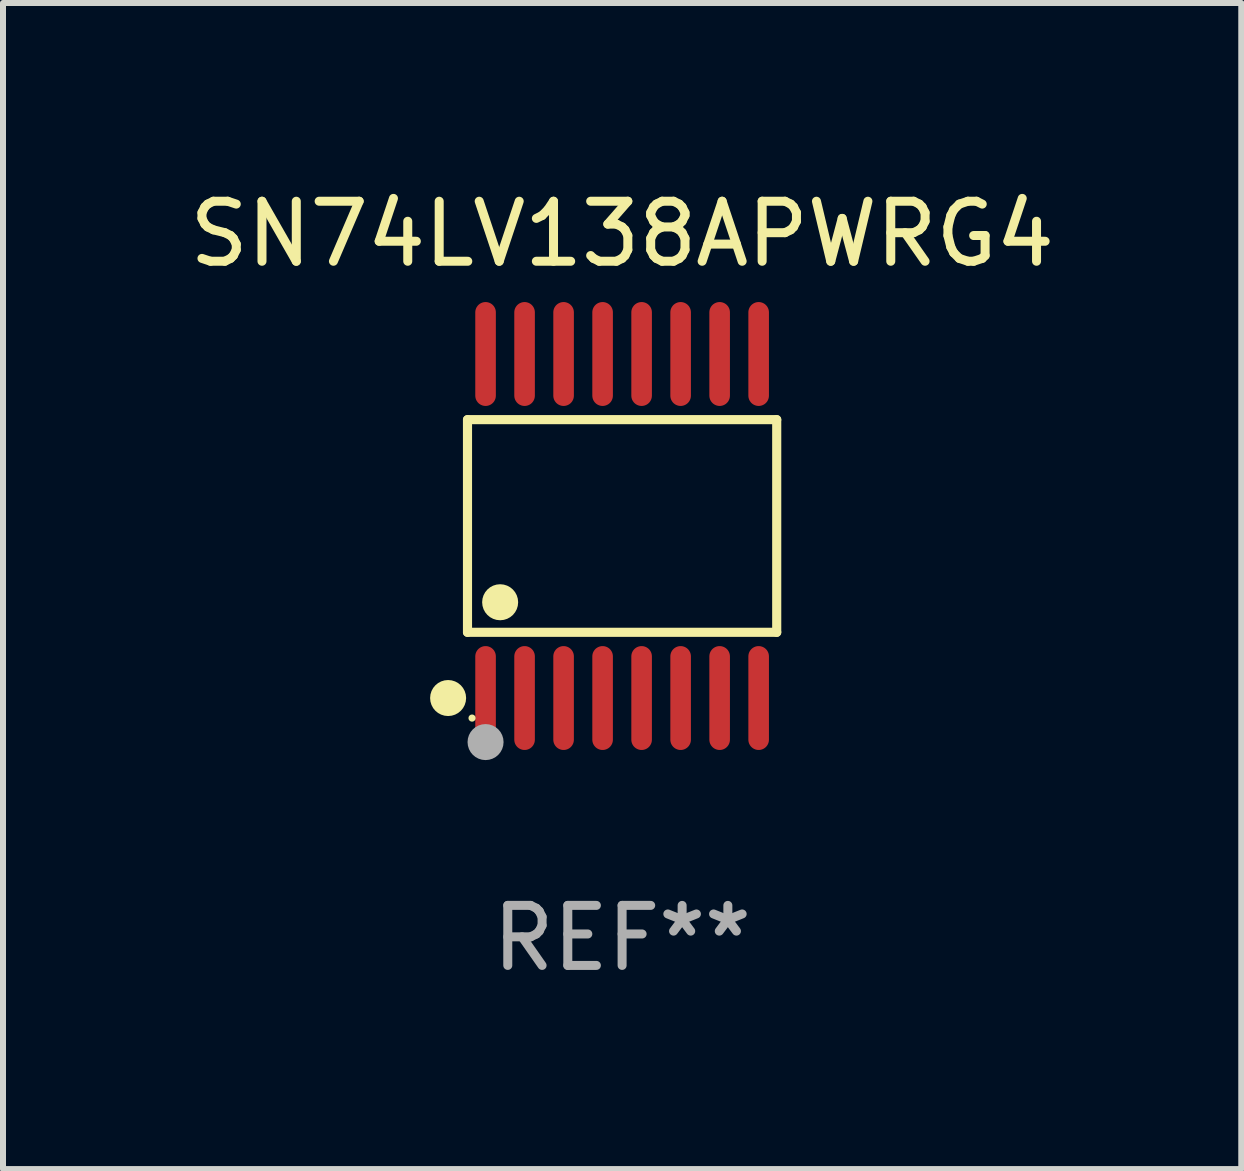
<source format=kicad_pcb>
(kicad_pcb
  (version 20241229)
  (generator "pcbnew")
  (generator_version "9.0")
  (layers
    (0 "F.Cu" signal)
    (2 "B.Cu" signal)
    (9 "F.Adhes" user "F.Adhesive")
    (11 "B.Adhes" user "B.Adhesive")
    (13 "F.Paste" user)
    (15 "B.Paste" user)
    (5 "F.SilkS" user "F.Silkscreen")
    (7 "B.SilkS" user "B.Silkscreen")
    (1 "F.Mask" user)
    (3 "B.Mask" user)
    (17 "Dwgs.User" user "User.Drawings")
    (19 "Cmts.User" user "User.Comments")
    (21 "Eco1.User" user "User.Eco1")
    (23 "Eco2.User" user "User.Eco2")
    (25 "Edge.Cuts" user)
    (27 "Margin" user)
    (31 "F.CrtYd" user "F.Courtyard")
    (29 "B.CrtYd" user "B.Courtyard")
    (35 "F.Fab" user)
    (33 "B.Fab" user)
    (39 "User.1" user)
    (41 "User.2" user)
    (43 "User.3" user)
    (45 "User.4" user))
  (footprint "SN74LV138APWRG4"
    (layer "F.Cu")
    (at 7.315 5.714)
    (property "Reference" "SN74LV138APWRG4" (at 0 -4.866 0) (layer "F.SilkS") (effects (font (size 1 1) (thickness 0.15))))
    (attr through_hole)
    (fp_line (start -2.576 -1.772) (end 2.576 -1.772) (stroke (width 0.152) (type solid)) (layer "F.SilkS"))
    (fp_line (start -2.576 1.771) (end -2.576 -1.772) (stroke (width 0.152) (type solid)) (layer "F.SilkS"))
    (fp_line (start 2.576 -1.772) (end 2.576 1.771) (stroke (width 0.152) (type solid)) (layer "F.SilkS"))
    (fp_line (start 2.576 1.771) (end -2.576 1.771) (stroke (width 0.152) (type solid)) (layer "F.SilkS"))
    (fp_circle (center -2.899 2.866) (end -2.749 2.866) (stroke (width 0.3) (type solid)) (fill no) (layer "F.SilkS"))
    (fp_circle (center -2.5 3.2) (end -2.47 3.2) (stroke (width 0.06) (type solid)) (fill no) (layer "F.SilkS"))
    (fp_circle (center -2.032 1.27) (end -1.882 1.27) (stroke (width 0.3) (type solid)) (fill no) (layer "F.SilkS"))
    (fp_circle (center -2.275 3.6) (end -2.125 3.6) (stroke (width 0.3) (type solid)) (fill no) (layer "F.Fab"))
    (fp_text user "REF**" (at 0 6.866 0) (layer "F.Fab") (effects (font (size 1 1) (thickness 0.15))))
    (pad "1" smd oval (at -2.275 2.866) (size 0.343 1.731) (layers "F.Cu" "F.Mask" "F.Paste"))
    (pad "2" smd oval (at -1.625 2.866) (size 0.343 1.731) (layers "F.Cu" "F.Mask" "F.Paste"))
    (pad "3" smd oval (at -0.975 2.866) (size 0.343 1.731) (layers "F.Cu" "F.Mask" "F.Paste"))
    (pad "4" smd oval (at -0.325 2.866) (size 0.343 1.731) (layers "F.Cu" "F.Mask" "F.Paste"))
    (pad "5" smd oval (at 0.325 2.866) (size 0.343 1.731) (layers "F.Cu" "F.Mask" "F.Paste"))
    (pad "6" smd oval (at 0.975 2.866) (size 0.343 1.731) (layers "F.Cu" "F.Mask" "F.Paste"))
    (pad "7" smd oval (at 1.625 2.866) (size 0.343 1.731) (layers "F.Cu" "F.Mask" "F.Paste"))
    (pad "8" smd oval (at 2.275 2.866) (size 0.343 1.731) (layers "F.Cu" "F.Mask" "F.Paste"))
    (pad "9" smd oval (at 2.275 -2.866) (size 0.343 1.731) (layers "F.Cu" "F.Mask" "F.Paste"))
    (pad "10" smd oval (at 1.625 -2.866) (size 0.343 1.731) (layers "F.Cu" "F.Mask" "F.Paste"))
    (pad "11" smd oval (at 0.975 -2.866) (size 0.343 1.731) (layers "F.Cu" "F.Mask" "F.Paste"))
    (pad "12" smd oval (at 0.325 -2.866) (size 0.343 1.731) (layers "F.Cu" "F.Mask" "F.Paste"))
    (pad "13" smd oval (at -0.325 -2.866) (size 0.343 1.731) (layers "F.Cu" "F.Mask" "F.Paste"))
    (pad "14" smd oval (at -0.975 -2.866) (size 0.343 1.731) (layers "F.Cu" "F.Mask" "F.Paste"))
    (pad "15" smd oval (at -1.625 -2.866) (size 0.343 1.731) (layers "F.Cu" "F.Mask" "F.Paste"))
    (pad "16" smd oval (at -2.275 -2.866) (size 0.343 1.731) (layers "F.Cu" "F.Mask" "F.Paste")))
  (gr_rect
    (start -3 -3)
    (end 17.631 16.428)
    (stroke (width 0.1) (type default))
    (fill no)
    (layer "Edge.Cuts")))
</source>
